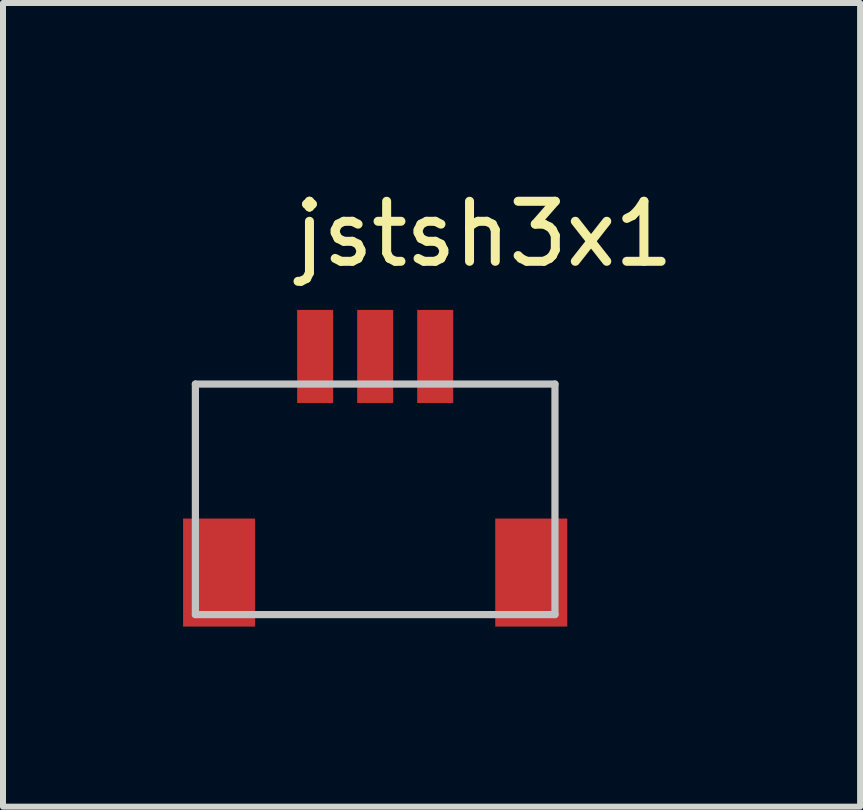
<source format=kicad_pcb>
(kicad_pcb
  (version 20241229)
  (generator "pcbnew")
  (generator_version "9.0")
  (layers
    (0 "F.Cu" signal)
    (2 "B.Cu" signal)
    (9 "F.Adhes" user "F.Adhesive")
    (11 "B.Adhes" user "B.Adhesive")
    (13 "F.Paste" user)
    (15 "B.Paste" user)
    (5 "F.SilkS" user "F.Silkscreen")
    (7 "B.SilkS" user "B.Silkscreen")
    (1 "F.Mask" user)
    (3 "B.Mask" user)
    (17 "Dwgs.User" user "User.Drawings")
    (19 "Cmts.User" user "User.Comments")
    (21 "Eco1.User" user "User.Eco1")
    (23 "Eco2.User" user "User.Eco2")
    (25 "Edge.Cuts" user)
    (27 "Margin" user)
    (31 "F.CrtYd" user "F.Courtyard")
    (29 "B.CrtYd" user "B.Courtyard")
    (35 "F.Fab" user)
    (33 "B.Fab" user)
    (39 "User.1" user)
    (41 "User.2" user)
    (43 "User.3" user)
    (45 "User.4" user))
  (footprint "jstsh3x1"
    (layer "F.Cu")
    (at 5.01 0.348)
    (property "Reference" "jstsh3x1" (at 0 0.5 0) (layer "F.SilkS") (effects (font (size 1 1) (thickness 0.15))))
    (attr through_hole)
    (fp_line (start -4.805 6.84) (end -4.805 3) (stroke (width 0.12) (type solid)) (layer "Dwgs.User"))
    (fp_line (start -4.805 6.84) (end 1.185 6.84) (stroke (width 0.12) (type solid)) (layer "Dwgs.User"))
    (fp_line (start 1.185 3) (end -4.805 3) (stroke (width 0.12) (type solid)) (layer "Dwgs.User"))
    (fp_line (start 1.185 3) (end 1.185 6.84) (stroke (width 0.12) (type solid)) (layer "Dwgs.User"))
    (pad "1" smd rect (at -2.81 2.54) (size 0.6 1.55) (layers "F.Cu" "F.Mask" "F.Paste"))
    (pad "2" smd rect (at -1.81 2.54) (size 0.6 1.55) (layers "F.Cu" "F.Mask" "F.Paste"))
    (pad "3" smd rect (at -0.81 2.54) (size 0.6 1.55) (layers "F.Cu" "F.Mask" "F.Paste"))
    (pad "4" smd rect (at -4.41 6.14) (size 1.2 1.8) (layers "F.Cu" "F.Mask" "F.Paste"))
    (pad "4" smd rect (at 0.79 6.14) (size 1.2 1.8) (layers "F.Cu" "F.Mask" "F.Paste")))
  (gr_rect
    (start -3 -3)
    (end 11.278 10.388)
    (stroke (width 0.1) (type default))
    (fill no)
    (layer "Edge.Cuts")))
</source>
